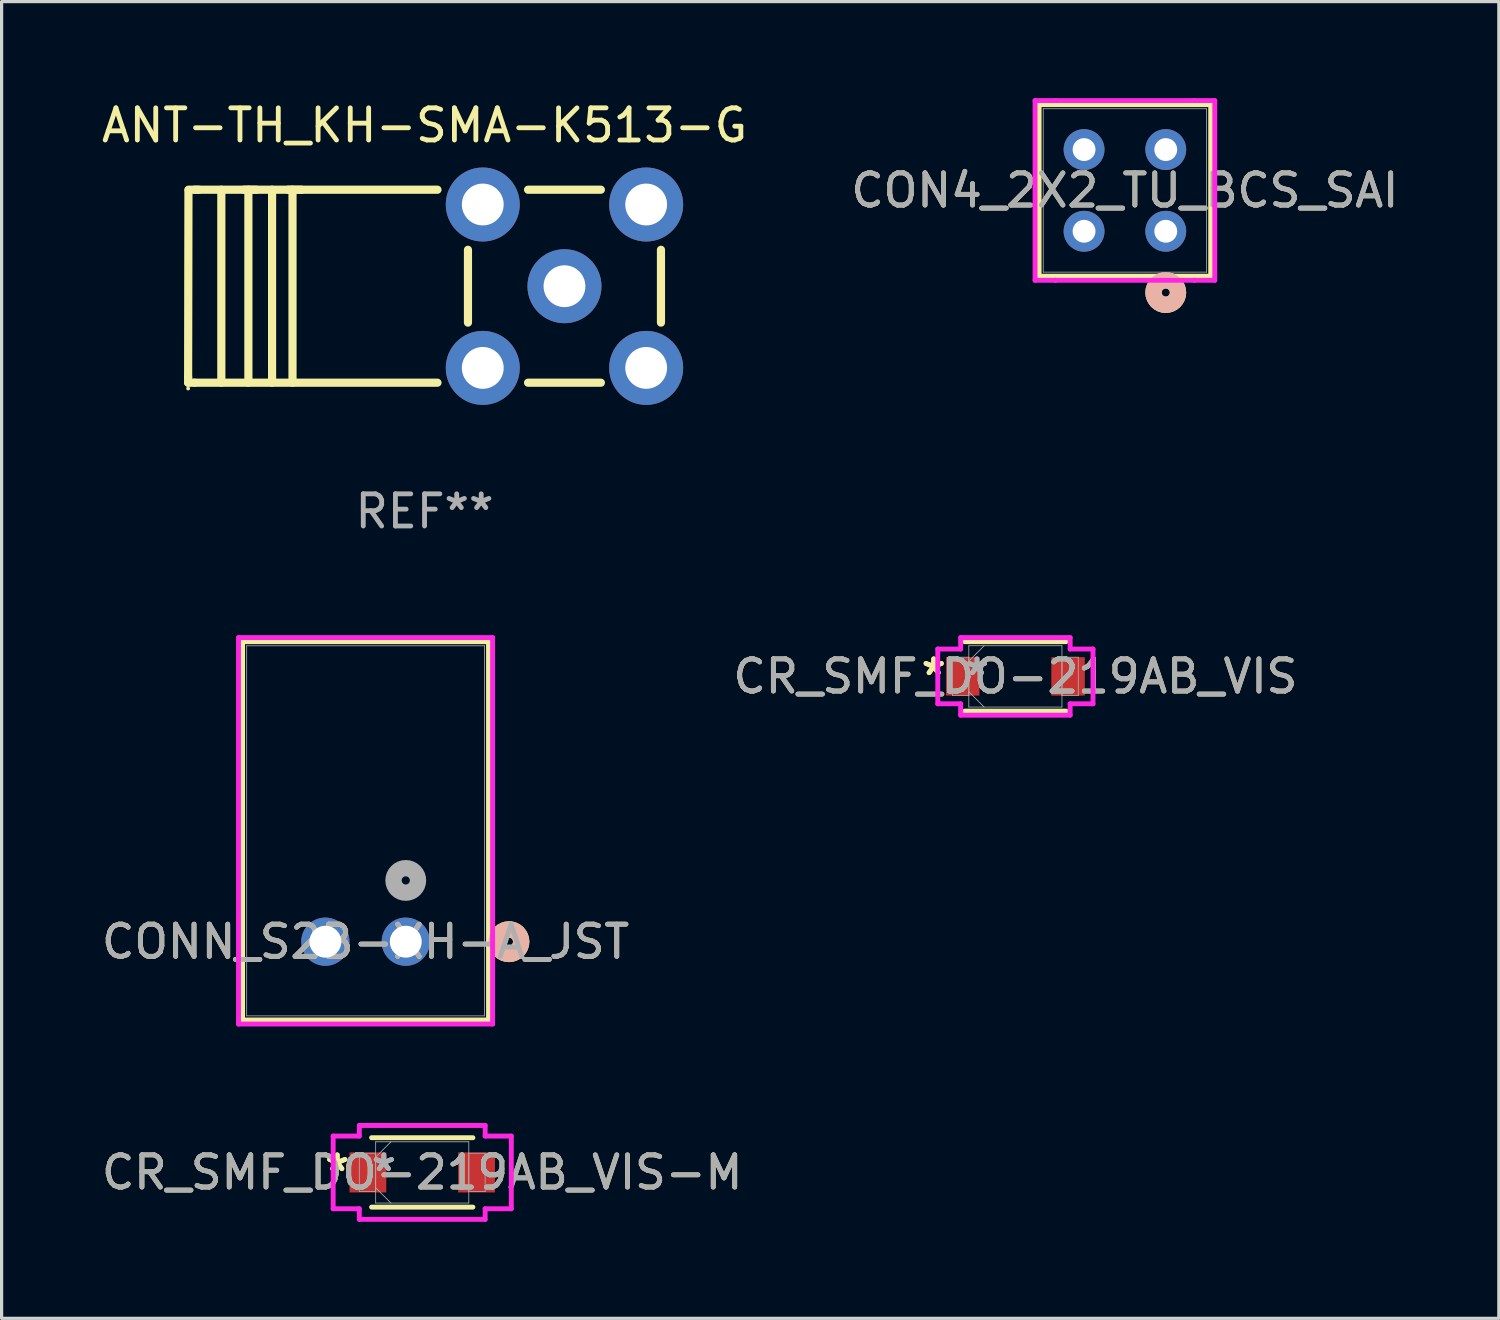
<source format=kicad_pcb>
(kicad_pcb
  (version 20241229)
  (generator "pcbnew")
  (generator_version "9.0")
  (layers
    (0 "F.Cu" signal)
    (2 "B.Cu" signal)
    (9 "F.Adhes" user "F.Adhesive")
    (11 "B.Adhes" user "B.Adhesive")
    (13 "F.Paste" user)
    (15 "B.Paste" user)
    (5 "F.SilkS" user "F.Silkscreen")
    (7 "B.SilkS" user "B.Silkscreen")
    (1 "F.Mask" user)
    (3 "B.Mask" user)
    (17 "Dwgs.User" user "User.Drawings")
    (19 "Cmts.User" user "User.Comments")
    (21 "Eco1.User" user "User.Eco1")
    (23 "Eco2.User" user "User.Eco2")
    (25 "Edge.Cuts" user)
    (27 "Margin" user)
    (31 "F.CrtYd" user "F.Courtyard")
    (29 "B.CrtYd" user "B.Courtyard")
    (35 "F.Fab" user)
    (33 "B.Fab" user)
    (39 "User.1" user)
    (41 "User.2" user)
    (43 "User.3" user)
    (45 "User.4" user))
  (footprint "CR_SMF_DO-219AB_VIS"
    (layer "F.Cu")
    (at 28.518 17.979)
    (property "Reference" "CR_SMF_DO-219AB_VIS" (at 0 0 0) (unlocked yes) (layer "F.SilkS") (effects (font (size 1 1) (thickness 0.15))))
    (attr smd)
    (fp_line (start -1.575 1.079) (end 1.575 1.079) (stroke (width 0.152) (type solid)) (layer "F.SilkS"))
    (fp_line (start 1.575 -1.079) (end -1.575 -1.079) (stroke (width 0.152) (type solid)) (layer "F.SilkS"))
    (fp_line (start -2.413 -0.851) (end -1.702 -0.851) (stroke (width 0.152) (type solid)) (layer "F.CrtYd"))
    (fp_line (start -2.413 0.851) (end -2.413 -0.851) (stroke (width 0.152) (type solid)) (layer "F.CrtYd"))
    (fp_line (start -1.702 -1.206) (end 1.702 -1.206) (stroke (width 0.152) (type solid)) (layer "F.CrtYd"))
    (fp_line (start -1.702 -0.851) (end -1.702 -1.206) (stroke (width 0.152) (type solid)) (layer "F.CrtYd"))
    (fp_line (start -1.702 0.851) (end -2.413 0.851) (stroke (width 0.152) (type solid)) (layer "F.CrtYd"))
    (fp_line (start -1.702 1.206) (end -1.702 0.851) (stroke (width 0.152) (type solid)) (layer "F.CrtYd"))
    (fp_line (start 1.702 -1.206) (end 1.702 -0.851) (stroke (width 0.152) (type solid)) (layer "F.CrtYd"))
    (fp_line (start 1.702 -0.851) (end 2.413 -0.851) (stroke (width 0.152) (type solid)) (layer "F.CrtYd"))
    (fp_line (start 1.702 0.851) (end 1.702 1.206) (stroke (width 0.152) (type solid)) (layer "F.CrtYd"))
    (fp_line (start 1.702 1.206) (end -1.702 1.206) (stroke (width 0.152) (type solid)) (layer "F.CrtYd"))
    (fp_line (start 2.413 -0.851) (end 2.413 0.851) (stroke (width 0.152) (type solid)) (layer "F.CrtYd"))
    (fp_line (start 2.413 0.851) (end 1.702 0.851) (stroke (width 0.152) (type solid)) (layer "F.CrtYd"))
    (fp_line (start -1.956 -0.597) (end -1.956 0.597) (stroke (width 0.025) (type solid)) (layer "F.Fab"))
    (fp_line (start -1.956 0.597) (end -1.448 0.597) (stroke (width 0.025) (type solid)) (layer "F.Fab"))
    (fp_line (start -1.448 -0.953) (end -1.448 0.953) (stroke (width 0.025) (type solid)) (layer "F.Fab"))
    (fp_line (start -1.448 -0.597) (end -1.956 -0.597) (stroke (width 0.025) (type solid)) (layer "F.Fab"))
    (fp_line (start -1.448 -0.476) (end -0.972 -0.953) (stroke (width 0.025) (type solid)) (layer "F.Fab"))
    (fp_line (start -1.448 0.476) (end -0.972 0.953) (stroke (width 0.025) (type solid)) (layer "F.Fab"))
    (fp_line (start -1.448 0.597) (end -1.448 -0.597) (stroke (width 0.025) (type solid)) (layer "F.Fab"))
    (fp_line (start -1.448 0.953) (end 1.448 0.953) (stroke (width 0.025) (type solid)) (layer "F.Fab"))
    (fp_line (start 1.448 -0.953) (end -1.448 -0.953) (stroke (width 0.025) (type solid)) (layer "F.Fab"))
    (fp_line (start 1.448 -0.597) (end 1.448 0.597) (stroke (width 0.025) (type solid)) (layer "F.Fab"))
    (fp_line (start 1.448 0.597) (end 1.956 0.597) (stroke (width 0.025) (type solid)) (layer "F.Fab"))
    (fp_line (start 1.448 0.953) (end 1.448 -0.953) (stroke (width 0.025) (type solid)) (layer "F.Fab"))
    (fp_line (start 1.956 -0.597) (end 1.448 -0.597) (stroke (width 0.025) (type solid)) (layer "F.Fab"))
    (fp_line (start 1.956 0.597) (end 1.956 -0.597) (stroke (width 0.025) (type solid)) (layer "F.Fab"))
    (fp_text user "*" (at -2.54 0 0) (layer "F.SilkS") (effects (font (size 1 1) (thickness 0.15))))
    (fp_text user "*" (at -2.54 0 0) (unlocked yes) (layer "F.SilkS") (effects (font (size 1 1) (thickness 0.15))))
    (fp_text user "*" (at -1.194 0 0) (unlocked yes) (layer "F.Fab") (effects (font (size 1 1) (thickness 0.15))))
    (fp_text user "*" (at -1.194 0 0) (layer "F.Fab") (effects (font (size 1 1) (thickness 0.15))))
    (fp_text user "${REFERENCE}" (at 0 0 0) (unlocked yes) (layer "F.Fab") (effects (font (size 1 1) (thickness 0.15))))
    (pad "1" smd rect (at -1.638 0) (size 1.041 1.194) (layers "F.Cu" "F.Mask" "F.Paste"))
    (pad "2" smd rect (at 1.638 0) (size 1.041 1.194) (layers "F.Cu" "F.Mask" "F.Paste"))
    (zone (net_name "") (layer "F.Cu") (hatch full 0.508) (connect_pads) (min_thickness 0.254) (filled_areas_thickness no) (keepout (tracks not_allowed) (vias not_allowed) (pads allowed) (copperpour not_allowed) (footprints allowed)) (placement (enabled no)) (fill) (polygon (pts (xy 27.451 17.078) (xy 29.585 17.078) (xy 29.585 18.881) (xy 27.451 18.881)))))
  (footprint "CR_SMF_DO-219AB_VIS-M"
    (layer "F.Cu")
    (at 10.077 33.4)
    (property "Reference" "CR_SMF_DO-219AB_VIS-M" (at 0 0 0) (unlocked yes) (layer "F.SilkS") (effects (font (size 1 1) (thickness 0.15))))
    (attr smd)
    (fp_line (start -1.575 1.079) (end 1.575 1.079) (stroke (width 0.152) (type solid)) (layer "F.SilkS"))
    (fp_line (start 1.575 -1.079) (end -1.575 -1.079) (stroke (width 0.152) (type solid)) (layer "F.SilkS"))
    (fp_line (start -2.769 -1.13) (end -1.956 -1.13) (stroke (width 0.152) (type solid)) (layer "F.CrtYd"))
    (fp_line (start -2.769 1.13) (end -2.769 -1.13) (stroke (width 0.152) (type solid)) (layer "F.CrtYd"))
    (fp_line (start -1.956 -1.46) (end 1.956 -1.46) (stroke (width 0.152) (type solid)) (layer "F.CrtYd"))
    (fp_line (start -1.956 -1.13) (end -1.956 -1.46) (stroke (width 0.152) (type solid)) (layer "F.CrtYd"))
    (fp_line (start -1.956 1.13) (end -2.769 1.13) (stroke (width 0.152) (type solid)) (layer "F.CrtYd"))
    (fp_line (start -1.956 1.46) (end -1.956 1.13) (stroke (width 0.152) (type solid)) (layer "F.CrtYd"))
    (fp_line (start 1.956 -1.46) (end 1.956 -1.13) (stroke (width 0.152) (type solid)) (layer "F.CrtYd"))
    (fp_line (start 1.956 -1.13) (end 2.769 -1.13) (stroke (width 0.152) (type solid)) (layer "F.CrtYd"))
    (fp_line (start 1.956 1.13) (end 1.956 1.46) (stroke (width 0.152) (type solid)) (layer "F.CrtYd"))
    (fp_line (start 1.956 1.46) (end -1.956 1.46) (stroke (width 0.152) (type solid)) (layer "F.CrtYd"))
    (fp_line (start 2.769 -1.13) (end 2.769 1.13) (stroke (width 0.152) (type solid)) (layer "F.CrtYd"))
    (fp_line (start 2.769 1.13) (end 1.956 1.13) (stroke (width 0.152) (type solid)) (layer "F.CrtYd"))
    (fp_line (start -1.956 -0.597) (end -1.956 0.597) (stroke (width 0.025) (type solid)) (layer "F.Fab"))
    (fp_line (start -1.956 0.597) (end -1.448 0.597) (stroke (width 0.025) (type solid)) (layer "F.Fab"))
    (fp_line (start -1.448 -0.953) (end -1.448 0.953) (stroke (width 0.025) (type solid)) (layer "F.Fab"))
    (fp_line (start -1.448 -0.597) (end -1.956 -0.597) (stroke (width 0.025) (type solid)) (layer "F.Fab"))
    (fp_line (start -1.448 -0.476) (end -0.972 -0.953) (stroke (width 0.025) (type solid)) (layer "F.Fab"))
    (fp_line (start -1.448 0.476) (end -0.972 0.953) (stroke (width 0.025) (type solid)) (layer "F.Fab"))
    (fp_line (start -1.448 0.597) (end -1.448 -0.597) (stroke (width 0.025) (type solid)) (layer "F.Fab"))
    (fp_line (start -1.448 0.953) (end 1.448 0.953) (stroke (width 0.025) (type solid)) (layer "F.Fab"))
    (fp_line (start 1.448 -0.953) (end -1.448 -0.953) (stroke (width 0.025) (type solid)) (layer "F.Fab"))
    (fp_line (start 1.448 -0.597) (end 1.448 0.597) (stroke (width 0.025) (type solid)) (layer "F.Fab"))
    (fp_line (start 1.448 0.597) (end 1.956 0.597) (stroke (width 0.025) (type solid)) (layer "F.Fab"))
    (fp_line (start 1.448 0.953) (end 1.448 -0.953) (stroke (width 0.025) (type solid)) (layer "F.Fab"))
    (fp_line (start 1.956 -0.597) (end 1.448 -0.597) (stroke (width 0.025) (type solid)) (layer "F.Fab"))
    (fp_line (start 1.956 0.597) (end 1.956 -0.597) (stroke (width 0.025) (type solid)) (layer "F.Fab"))
    (fp_text user "*" (at -2.642 0 0) (unlocked yes) (layer "F.SilkS") (effects (font (size 1 1) (thickness 0.15))))
    (fp_text user "*" (at -2.642 0 0) (layer "F.SilkS") (effects (font (size 1 1) (thickness 0.15))))
    (fp_text user "*" (at -1.194 0 0) (layer "F.Fab") (effects (font (size 1 1) (thickness 0.15))))
    (fp_text user "*" (at -1.194 0 0) (unlocked yes) (layer "F.Fab") (effects (font (size 1 1) (thickness 0.15))))
    (fp_text user "${REFERENCE}" (at 0 0 0) (unlocked yes) (layer "F.Fab") (effects (font (size 1 1) (thickness 0.15))))
    (pad "1" smd rect (at -1.689 0) (size 1.143 1.245) (layers "F.Cu" "F.Mask" "F.Paste"))
    (pad "2" smd rect (at 1.689 0) (size 1.143 1.245) (layers "F.Cu" "F.Mask" "F.Paste"))
    (zone (net_name "") (layer "F.Cu") (hatch full 0.508) (connect_pads) (min_thickness 0.254) (filled_areas_thickness no) (keepout (tracks not_allowed) (vias not_allowed) (pads allowed) (copperpour not_allowed) (footprints allowed)) (placement (enabled no)) (fill) (polygon (pts (xy 9.011 32.498) (xy 11.144 32.498) (xy 11.144 34.302) (xy 9.011 34.302)))))
  (footprint "CON4_2X2_TU_BCS_SAI"
    (layer "F.Cu")
    (at 31.923 2.87)
    (property "Reference" "CON4_2X2_TU_BCS_SAI" (at 0 0 0) (unlocked yes) (layer "F.SilkS") (effects (font (size 1 1) (thickness 0.15))))
    (attr through_hole)
    (fp_line (start -2.667 -2.667) (end -2.667 2.667) (stroke (width 0.152) (type solid)) (layer "F.SilkS"))
    (fp_line (start -2.667 2.667) (end 2.667 2.667) (stroke (width 0.152) (type solid)) (layer "F.SilkS"))
    (fp_line (start 2.667 -2.667) (end -2.667 -2.667) (stroke (width 0.152) (type solid)) (layer "F.SilkS"))
    (fp_line (start 2.667 2.667) (end 2.667 -2.667) (stroke (width 0.152) (type solid)) (layer "F.SilkS"))
    (fp_circle (center 1.27 3.175) (end 1.651 3.175) (stroke (width 0.508) (type solid)) (fill no) (layer "F.SilkS"))
    (fp_circle (center 1.27 3.175) (end 1.651 3.175) (stroke (width 0.508) (type solid)) (fill no) (layer "B.SilkS"))
    (fp_line (start -2.794 -2.794) (end -2.794 2.794) (stroke (width 0.152) (type solid)) (layer "F.CrtYd"))
    (fp_line (start -2.794 2.794) (end -2.159 2.794) (stroke (width 0.152) (type solid)) (layer "F.CrtYd"))
    (fp_line (start -2.159 -2.794) (end -2.794 -2.794) (stroke (width 0.152) (type solid)) (layer "F.CrtYd"))
    (fp_line (start -2.159 -2.794) (end -2.159 -2.794) (stroke (width 0.152) (type solid)) (layer "F.CrtYd"))
    (fp_line (start -2.159 2.794) (end -2.159 2.794) (stroke (width 0.152) (type solid)) (layer "F.CrtYd"))
    (fp_line (start -2.159 2.794) (end 2.159 2.794) (stroke (width 0.152) (type solid)) (layer "F.CrtYd"))
    (fp_line (start 2.159 -2.794) (end -2.159 -2.794) (stroke (width 0.152) (type solid)) (layer "F.CrtYd"))
    (fp_line (start 2.159 -2.794) (end 2.159 -2.794) (stroke (width 0.152) (type solid)) (layer "F.CrtYd"))
    (fp_line (start 2.159 2.794) (end 2.159 2.794) (stroke (width 0.152) (type solid)) (layer "F.CrtYd"))
    (fp_line (start 2.159 2.794) (end 2.794 2.794) (stroke (width 0.152) (type solid)) (layer "F.CrtYd"))
    (fp_line (start 2.794 -2.794) (end 2.159 -2.794) (stroke (width 0.152) (type solid)) (layer "F.CrtYd"))
    (fp_line (start 2.794 2.794) (end 2.794 -2.794) (stroke (width 0.152) (type solid)) (layer "F.CrtYd"))
    (fp_line (start -2.54 -2.54) (end -2.54 2.54) (stroke (width 0.025) (type solid)) (layer "F.Fab"))
    (fp_line (start -2.54 2.54) (end 2.54 2.54) (stroke (width 0.025) (type solid)) (layer "F.Fab"))
    (fp_line (start 2.54 -2.54) (end -2.54 -2.54) (stroke (width 0.025) (type solid)) (layer "F.Fab"))
    (fp_line (start 2.54 2.54) (end 2.54 -2.54) (stroke (width 0.025) (type solid)) (layer "F.Fab"))
    (fp_circle (center 1.27 1.27) (end 1.524 1.27) (stroke (width 0.025) (type solid)) (fill no) (layer "F.Fab"))
    (fp_text user "${REFERENCE}" (at 0 0 0) (unlocked yes) (layer "F.Fab") (effects (font (size 1 1) (thickness 0.15))))
    (pad "1" thru_hole circle (at 1.27 1.27 90) (size 1.27 1.27) (drill 0.711) (layers "*.Cu" "*.Mask"))
    (pad "2" thru_hole circle (at 1.27 -1.27 90) (size 1.27 1.27) (drill 0.711) (layers "*.Cu" "*.Mask"))
    (pad "3" thru_hole circle (at -1.27 1.27 90) (size 1.27 1.27) (drill 0.711) (layers "*.Cu" "*.Mask"))
    (pad "4" thru_hole circle (at -1.27 -1.27 90) (size 1.27 1.27) (drill 0.711) (layers "*.Cu" "*.Mask")))
  (footprint "ANT-TH_KH-SMA-K513-G"
    (layer "F.Cu")
    (at 14.499 5.848)
    (property "Reference" "ANT-TH_KH-SMA-K513-G" (at -4.35 -5 0) (layer "F.SilkS") (effects (font (size 1 1) (thickness 0.15))))
    (attr through_hole)
    (fp_line (start -11.7 3) (end -11.7 2.83) (stroke (width 0.254) (type solid)) (layer "F.SilkS"))
    (fp_line (start -11.69 -2.98) (end -11.7 2.83) (stroke (width 0.254) (type solid)) (layer "F.SilkS"))
    (fp_line (start -11.5 -3) (end -3.948 -3) (stroke (width 0.254) (type solid)) (layer "F.SilkS"))
    (fp_line (start -11.5 3) (end -11.7 3) (stroke (width 0.254) (type solid)) (layer "F.SilkS"))
    (fp_line (start -11.5 3) (end -3.948 3) (stroke (width 0.254) (type solid)) (layer "F.SilkS"))
    (fp_line (start -11.361 -3) (end -11.69 -3) (stroke (width 0.254) (type solid)) (layer "F.SilkS"))
    (fp_line (start -10.668 -3) (end -10.668 3) (stroke (width 0.254) (type solid)) (layer "F.SilkS"))
    (fp_line (start -9.966 -3) (end -9.573 -3) (stroke (width 0.254) (type solid)) (layer "F.SilkS"))
    (fp_line (start -9.827 -3) (end -9.827 3) (stroke (width 0.254) (type solid)) (layer "F.SilkS"))
    (fp_line (start -9.09 -3) (end -9.09 3) (stroke (width 0.254) (type solid)) (layer "F.SilkS"))
    (fp_line (start -8.595 -3) (end -8.176 -3) (stroke (width 0.254) (type solid)) (layer "F.SilkS"))
    (fp_line (start -8.455 -3) (end -8.455 3) (stroke (width 0.254) (type solid)) (layer "F.SilkS"))
    (fp_line (start -3 1.132) (end -3 -1.132) (stroke (width 0.254) (type solid)) (layer "F.SilkS"))
    (fp_line (start -1.132 -3) (end 1.132 -3) (stroke (width 0.254) (type solid)) (layer "F.SilkS"))
    (fp_line (start 1.132 3) (end -1.132 3) (stroke (width 0.254) (type solid)) (layer "F.SilkS"))
    (fp_line (start 3 -1.132) (end 3 1.132) (stroke (width 0.254) (type solid)) (layer "F.SilkS"))
    (fp_circle (center -11.7 3.18) (end -11.67 3.18) (stroke (width 0.06) (type solid)) (fill no) (layer "F.SilkS"))
    (fp_text user "REF**" (at -4.35 7 0) (layer "F.Fab") (effects (font (size 1 1) (thickness 0.15))))
    (pad "1" thru_hole circle (at -2.54 2.54) (size 2.3 2.3) (drill 1.3) (layers "*.Cu" "*.Mask"))
    (pad "2" thru_hole circle (at -2.54 -2.54) (size 2.3 2.3) (drill 1.3) (layers "*.Cu" "*.Mask"))
    (pad "3" thru_hole circle (at 2.54 -2.54) (size 2.3 2.3) (drill 1.3) (layers "*.Cu" "*.Mask"))
    (pad "4" thru_hole circle (at 2.54 2.54) (size 2.3 2.3) (drill 1.3) (layers "*.Cu" "*.Mask"))
    (pad "5" thru_hole circle (at 0 0) (size 2.3 2.3) (drill 1.3) (layers "*.Cu" "*.Mask")))
  (footprint "CONN_S2B-XH-A_JST"
    (layer "F.Cu")
    (at 9.565 26.227)
    (property "Reference" "CONN_S2B-XH-A_JST" (at -1.25 0 0) (unlocked yes) (layer "F.SilkS") (effects (font (size 1 1) (thickness 0.15))))
    (attr through_hole)
    (fp_line (start -5.073 -9.327) (end -5.073 2.433) (stroke (width 0.152) (type solid)) (layer "F.SilkS"))
    (fp_line (start -5.073 2.433) (end 2.573 2.433) (stroke (width 0.152) (type solid)) (layer "F.SilkS"))
    (fp_line (start 2.573 -9.327) (end -5.073 -9.327) (stroke (width 0.152) (type solid)) (layer "F.SilkS"))
    (fp_line (start 2.573 2.433) (end 2.573 -9.327) (stroke (width 0.152) (type solid)) (layer "F.SilkS"))
    (fp_circle (center 3.208 0) (end 3.589 0) (stroke (width 0.508) (type solid)) (fill no) (layer "F.SilkS"))
    (fp_circle (center 3.208 0) (end 3.589 0) (stroke (width 0.508) (type solid)) (fill no) (layer "B.SilkS"))
    (fp_line (start -5.2 -9.454) (end -5.2 2.56) (stroke (width 0.152) (type solid)) (layer "F.CrtYd"))
    (fp_line (start -5.2 2.56) (end 2.7 2.56) (stroke (width 0.152) (type solid)) (layer "F.CrtYd"))
    (fp_line (start 2.7 -9.454) (end -5.2 -9.454) (stroke (width 0.152) (type solid)) (layer "F.CrtYd"))
    (fp_line (start 2.7 2.56) (end 2.7 -9.454) (stroke (width 0.152) (type solid)) (layer "F.CrtYd"))
    (fp_line (start -4.946 -9.2) (end -4.946 2.306) (stroke (width 0.025) (type solid)) (layer "F.Fab"))
    (fp_line (start -4.946 2.306) (end 2.446 2.306) (stroke (width 0.025) (type solid)) (layer "F.Fab"))
    (fp_line (start 2.446 -9.2) (end -4.946 -9.2) (stroke (width 0.025) (type solid)) (layer "F.Fab"))
    (fp_line (start 2.446 2.306) (end 2.446 -9.2) (stroke (width 0.025) (type solid)) (layer "F.Fab"))
    (fp_circle (center 0 -1.905) (end 0.381 -1.905) (stroke (width 0.508) (type solid)) (fill no) (layer "F.Fab"))
    (fp_text user "${REFERENCE}" (at -1.25 0 0) (unlocked yes) (layer "F.Fab") (effects (font (size 1 1) (thickness 0.15))))
    (pad "1" thru_hole circle (at 0 0) (size 1.499 1.499) (drill 0.991) (layers "*.Cu" "*.Mask"))
    (pad "2" thru_hole circle (at -2.5 0) (size 1.499 1.499) (drill 0.991) (layers "*.Cu" "*.Mask")))
  (gr_rect
    (start -3 -3)
    (end 43.548 37.937)
    (stroke (width 0.1) (type default))
    (fill no)
    (layer "Edge.Cuts")))
</source>
